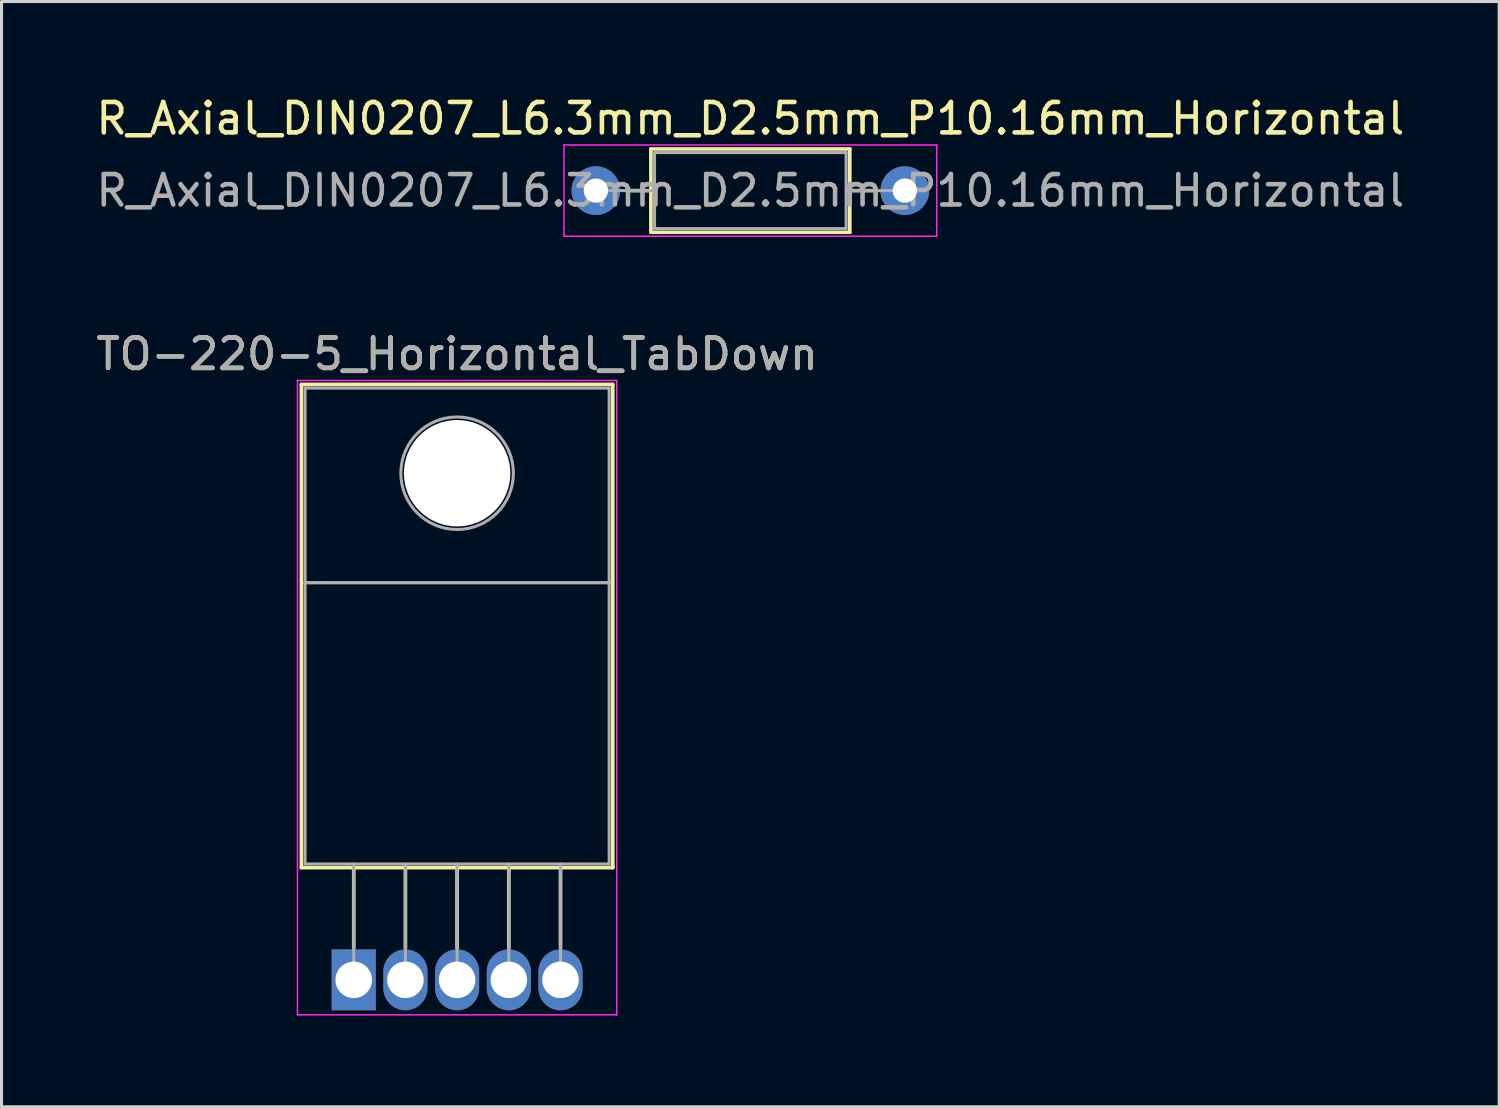
<source format=kicad_pcb>
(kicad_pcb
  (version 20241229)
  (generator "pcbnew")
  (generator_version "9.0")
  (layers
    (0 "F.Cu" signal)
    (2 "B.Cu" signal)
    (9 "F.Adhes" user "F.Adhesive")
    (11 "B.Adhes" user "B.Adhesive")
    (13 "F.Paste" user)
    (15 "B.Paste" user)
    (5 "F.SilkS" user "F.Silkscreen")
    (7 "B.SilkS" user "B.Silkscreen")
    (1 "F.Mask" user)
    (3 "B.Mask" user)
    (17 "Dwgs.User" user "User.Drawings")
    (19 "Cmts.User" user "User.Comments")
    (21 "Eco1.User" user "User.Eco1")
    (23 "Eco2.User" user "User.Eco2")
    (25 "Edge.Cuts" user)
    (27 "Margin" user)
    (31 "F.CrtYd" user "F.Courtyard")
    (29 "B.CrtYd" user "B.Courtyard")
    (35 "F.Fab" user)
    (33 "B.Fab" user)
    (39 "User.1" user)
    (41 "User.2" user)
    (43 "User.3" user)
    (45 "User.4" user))
  (footprint "TO-220-5_Horizontal_TabDown"
    (layer "F.Cu")
    (at 8.582 29.172)
    (property "Reference" "TO-220-5_Horizontal_TabDown" (at 3.4 -20.58 0) (layer "F.SilkS") (effects (font (size 1 1) (thickness 0.15))))
    (attr through_hole)
    (fp_line (start -1.721 -19.58) (end -1.721 -3.69) (stroke (width 0.12) (type solid)) (layer "F.SilkS"))
    (fp_line (start -1.721 -19.58) (end 8.52 -19.58) (stroke (width 0.12) (type solid)) (layer "F.SilkS"))
    (fp_line (start -1.721 -3.69) (end 8.52 -3.69) (stroke (width 0.12) (type solid)) (layer "F.SilkS"))
    (fp_line (start 0 -3.69) (end 0 -1.05) (stroke (width 0.12) (type solid)) (layer "F.SilkS"))
    (fp_line (start 1.7 -3.69) (end 1.7 -1.05) (stroke (width 0.12) (type solid)) (layer "F.SilkS"))
    (fp_line (start 3.4 -3.69) (end 3.4 -1.05) (stroke (width 0.12) (type solid)) (layer "F.SilkS"))
    (fp_line (start 5.1 -3.69) (end 5.1 -1.05) (stroke (width 0.12) (type solid)) (layer "F.SilkS"))
    (fp_line (start 6.8 -3.69) (end 6.8 -1.05) (stroke (width 0.12) (type solid)) (layer "F.SilkS"))
    (fp_line (start 8.52 -19.58) (end 8.52 -3.69) (stroke (width 0.12) (type solid)) (layer "F.SilkS"))
    (fp_line (start -1.85 -19.71) (end -1.85 1.15) (stroke (width 0.05) (type solid)) (layer "F.CrtYd"))
    (fp_line (start -1.85 1.15) (end 8.65 1.15) (stroke (width 0.05) (type solid)) (layer "F.CrtYd"))
    (fp_line (start 8.65 -19.71) (end -1.85 -19.71) (stroke (width 0.05) (type solid)) (layer "F.CrtYd"))
    (fp_line (start 8.65 1.15) (end 8.65 -19.71) (stroke (width 0.05) (type solid)) (layer "F.CrtYd"))
    (fp_line (start -1.6 -19.46) (end 8.4 -19.46) (stroke (width 0.1) (type solid)) (layer "F.Fab"))
    (fp_line (start -1.6 -13.06) (end -1.6 -19.46) (stroke (width 0.1) (type solid)) (layer "F.Fab"))
    (fp_line (start -1.6 -13.06) (end 8.4 -13.06) (stroke (width 0.1) (type solid)) (layer "F.Fab"))
    (fp_line (start -1.6 -3.81) (end -1.6 -13.06) (stroke (width 0.1) (type solid)) (layer "F.Fab"))
    (fp_line (start 0 -3.81) (end 0 0) (stroke (width 0.1) (type solid)) (layer "F.Fab"))
    (fp_line (start 1.7 -3.81) (end 1.7 0) (stroke (width 0.1) (type solid)) (layer "F.Fab"))
    (fp_line (start 3.4 -3.81) (end 3.4 0) (stroke (width 0.1) (type solid)) (layer "F.Fab"))
    (fp_line (start 5.1 -3.81) (end 5.1 0) (stroke (width 0.1) (type solid)) (layer "F.Fab"))
    (fp_line (start 6.8 -3.81) (end 6.8 0) (stroke (width 0.1) (type solid)) (layer "F.Fab"))
    (fp_line (start 8.4 -19.46) (end 8.4 -13.06) (stroke (width 0.1) (type solid)) (layer "F.Fab"))
    (fp_line (start 8.4 -13.06) (end -1.6 -13.06) (stroke (width 0.1) (type solid)) (layer "F.Fab"))
    (fp_line (start 8.4 -13.06) (end 8.4 -3.81) (stroke (width 0.1) (type solid)) (layer "F.Fab"))
    (fp_line (start 8.4 -3.81) (end -1.6 -3.81) (stroke (width 0.1) (type solid)) (layer "F.Fab"))
    (fp_circle (center 3.4 -16.66) (end 5.25 -16.66) (stroke (width 0.1) (type solid)) (fill no) (layer "F.Fab"))
    (fp_text user "${REFERENCE}" (at 3.4 -20.58 0) (layer "F.Fab") (effects (font (size 1 1) (thickness 0.15))))
    (pad "" np_thru_hole oval (at 3.4 -16.66) (size 3.5 3.5) (drill 3.5) (layers "*.Cu" "*.Mask"))
    (pad "1" thru_hole rect (at 0 0) (size 1.45 2) (drill 1.2) (layers "*.Cu" "*.Mask"))
    (pad "2" thru_hole oval (at 1.7 0) (size 1.45 2) (drill 1.2) (layers "*.Cu" "*.Mask"))
    (pad "3" thru_hole oval (at 3.4 0) (size 1.45 2) (drill 1.2) (layers "*.Cu" "*.Mask"))
    (pad "4" thru_hole oval (at 5.1 0) (size 1.45 2) (drill 1.2) (layers "*.Cu" "*.Mask"))
    (pad "5" thru_hole oval (at 6.8 0) (size 1.45 2) (drill 1.2) (layers "*.Cu" "*.Mask")))
  (footprint "R_Axial_DIN0207_L6.3mm_D2.5mm_P10.16mm_Horizontal"
    (layer "F.Cu")
    (at 16.545 3.218)
    (property "Reference" "R_Axial_DIN0207_L6.3mm_D2.5mm_P10.16mm_Horizontal" (at 5.08 -2.37 0) (layer "F.SilkS") (effects (font (size 1 1) (thickness 0.15))))
    (attr through_hole)
    (fp_line (start 1.04 0) (end 1.81 0) (stroke (width 0.12) (type solid)) (layer "F.SilkS"))
    (fp_line (start 1.81 -1.37) (end 1.81 1.37) (stroke (width 0.12) (type solid)) (layer "F.SilkS"))
    (fp_line (start 1.81 1.37) (end 8.35 1.37) (stroke (width 0.12) (type solid)) (layer "F.SilkS"))
    (fp_line (start 8.35 -1.37) (end 1.81 -1.37) (stroke (width 0.12) (type solid)) (layer "F.SilkS"))
    (fp_line (start 8.35 1.37) (end 8.35 -1.37) (stroke (width 0.12) (type solid)) (layer "F.SilkS"))
    (fp_line (start 9.12 0) (end 8.35 0) (stroke (width 0.12) (type solid)) (layer "F.SilkS"))
    (fp_line (start -1.05 -1.5) (end -1.05 1.5) (stroke (width 0.05) (type solid)) (layer "F.CrtYd"))
    (fp_line (start -1.05 1.5) (end 11.21 1.5) (stroke (width 0.05) (type solid)) (layer "F.CrtYd"))
    (fp_line (start 11.21 -1.5) (end -1.05 -1.5) (stroke (width 0.05) (type solid)) (layer "F.CrtYd"))
    (fp_line (start 11.21 1.5) (end 11.21 -1.5) (stroke (width 0.05) (type solid)) (layer "F.CrtYd"))
    (fp_line (start 0 0) (end 1.93 0) (stroke (width 0.1) (type solid)) (layer "F.Fab"))
    (fp_line (start 1.93 -1.25) (end 1.93 1.25) (stroke (width 0.1) (type solid)) (layer "F.Fab"))
    (fp_line (start 1.93 1.25) (end 8.23 1.25) (stroke (width 0.1) (type solid)) (layer "F.Fab"))
    (fp_line (start 8.23 -1.25) (end 1.93 -1.25) (stroke (width 0.1) (type solid)) (layer "F.Fab"))
    (fp_line (start 8.23 1.25) (end 8.23 -1.25) (stroke (width 0.1) (type solid)) (layer "F.Fab"))
    (fp_line (start 10.16 0) (end 8.23 0) (stroke (width 0.1) (type solid)) (layer "F.Fab"))
    (fp_text user "${REFERENCE}" (at 5.08 0 0) (layer "F.Fab") (effects (font (size 1 1) (thickness 0.15))))
    (pad "1" thru_hole circle (at 0 0) (size 1.6 1.6) (drill 0.8) (layers "*.Cu" "*.Mask"))
    (pad "2" thru_hole oval (at 10.16 0) (size 1.6 1.6) (drill 0.8) (layers "*.Cu" "*.Mask")))
  (gr_rect
    (start -3 -3)
    (end 46.25 33.346)
    (stroke (width 0.1) (type default))
    (fill no)
    (layer "Edge.Cuts")))
</source>
